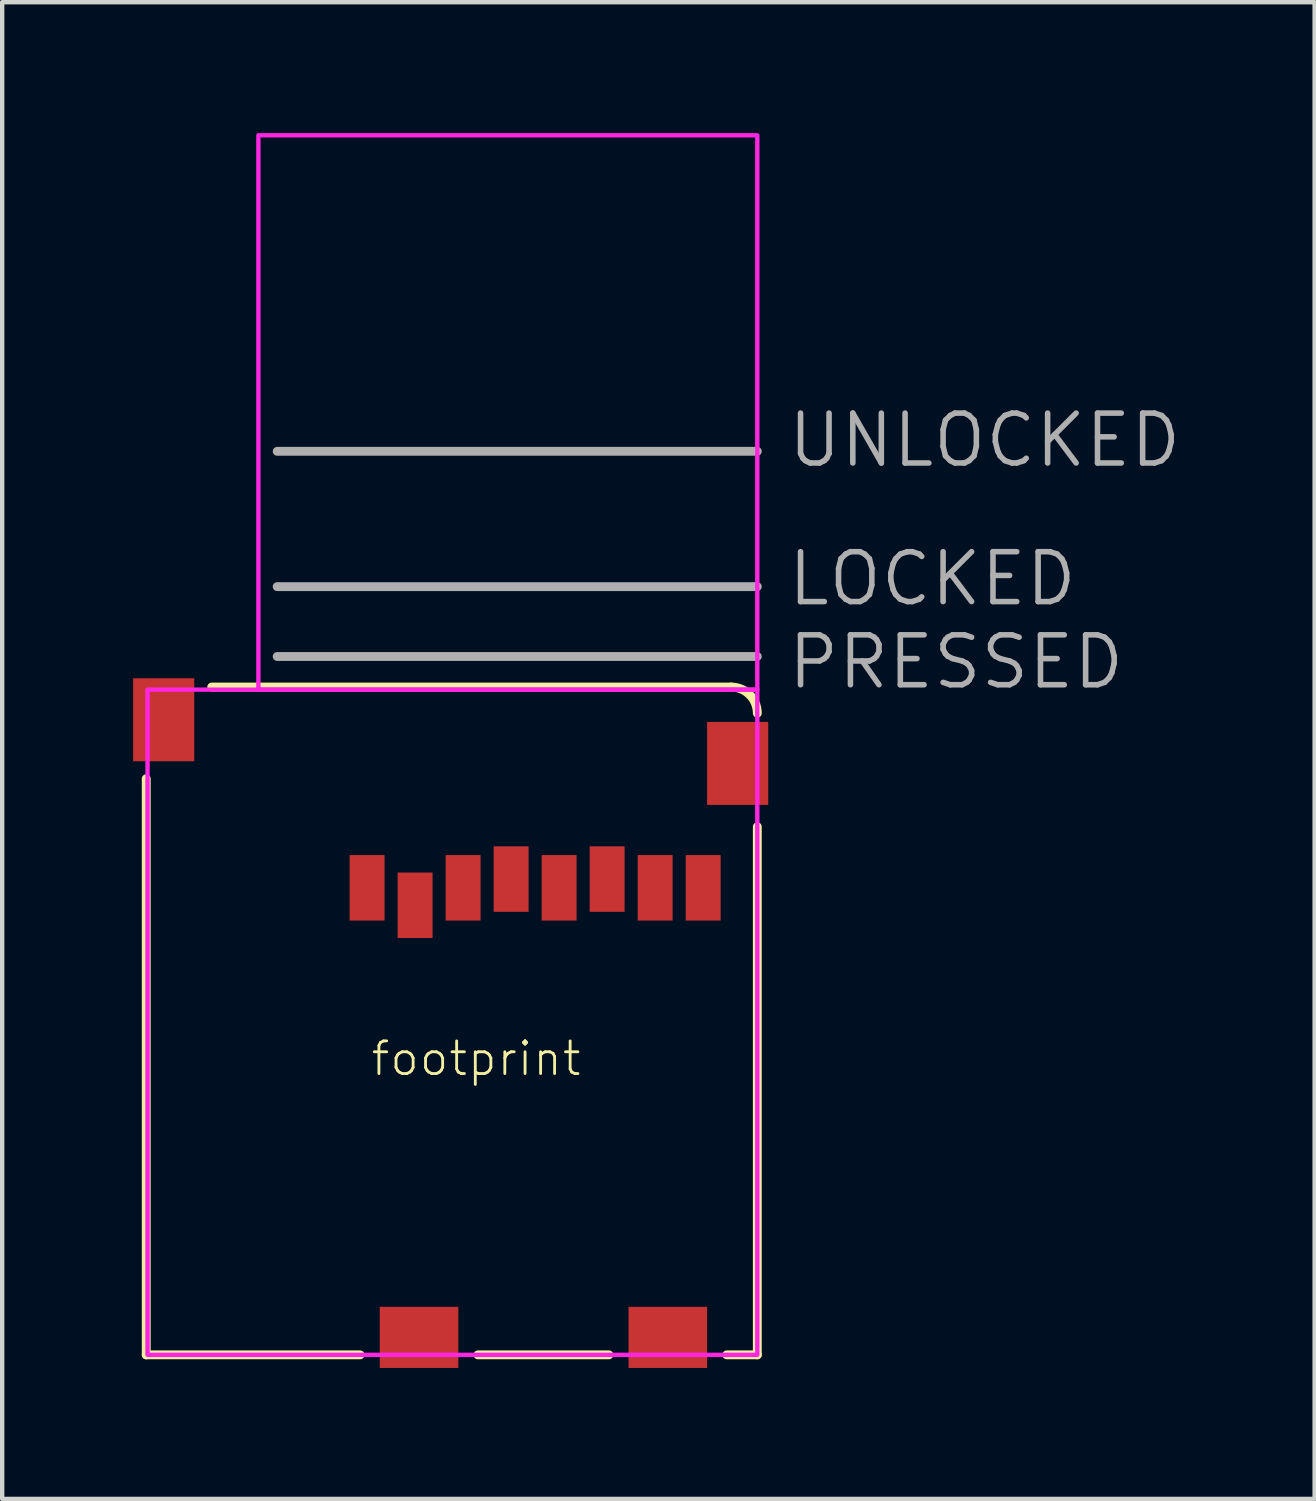
<source format=kicad_pcb>
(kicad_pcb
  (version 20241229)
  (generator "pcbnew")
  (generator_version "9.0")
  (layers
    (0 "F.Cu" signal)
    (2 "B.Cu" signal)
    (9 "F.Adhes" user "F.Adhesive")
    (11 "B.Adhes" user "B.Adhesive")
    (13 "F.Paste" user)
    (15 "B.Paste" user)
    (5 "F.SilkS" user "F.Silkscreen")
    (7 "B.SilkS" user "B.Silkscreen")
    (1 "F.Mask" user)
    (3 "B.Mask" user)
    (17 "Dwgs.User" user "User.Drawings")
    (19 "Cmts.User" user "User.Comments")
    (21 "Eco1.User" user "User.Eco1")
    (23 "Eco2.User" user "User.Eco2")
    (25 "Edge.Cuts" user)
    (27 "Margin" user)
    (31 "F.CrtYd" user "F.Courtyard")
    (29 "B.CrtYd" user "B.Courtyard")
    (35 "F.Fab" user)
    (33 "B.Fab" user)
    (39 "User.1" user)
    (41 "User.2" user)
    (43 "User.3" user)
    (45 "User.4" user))
  (footprint "footprint"
    (layer "F.Cu")
    (at 0.33 27.99)
    (property "Reference" "footprint" (at 5.08 -6.35 0) (layer "F.SilkS") (effects (font (size 0.748 0.748) (thickness 0.065)) (justify left bottom)))
    (fp_line (start -0.03 0) (end -0.03 -13.2) (stroke (width 0.203) (type solid)) (layer "F.SilkS"))
    (fp_line (start -0.03 0) (end 4.87 0) (stroke (width 0.203) (type solid)) (layer "F.SilkS"))
    (fp_line (start 10.57 0) (end 7.57 0) (stroke (width 0.203) (type solid)) (layer "F.SilkS"))
    (fp_line (start 13.37 -15.3) (end 1.47 -15.3) (stroke (width 0.203) (type solid)) (layer "F.SilkS"))
    (fp_line (start 13.97 -12.1) (end 13.97 0) (stroke (width 0.203) (type solid)) (layer "F.SilkS"))
    (fp_line (start 13.97 0) (end 13.27 0) (stroke (width 0.203) (type solid)) (layer "F.SilkS"))
    (fp_arc (start 13.37 -15.3) (mid 13.794264 -15.124264) (end 13.97 -14.7) (stroke (width 0.2032) (type solid)) (layer "F.SilkS"))
    (fp_poly (pts (xy 0 0) (xy 13.97 0) (xy 13.97 -15.24) (xy 0 -15.24)) (stroke (width 0.1) (type solid)) (fill no) (layer "F.CrtYd"))
    (fp_poly (pts (xy 2.54 -15.24) (xy 13.97 -15.24) (xy 13.97 -27.94) (xy 2.54 -27.94)) (stroke (width 0.1) (type solid)) (fill no) (layer "F.CrtYd"))
    (fp_line (start 2.97 -16) (end 13.97 -16) (stroke (width 0.203) (type solid)) (layer "F.Fab"))
    (fp_line (start 13.97 -20.7) (end 2.97 -20.7) (stroke (width 0.203) (type solid)) (layer "F.Fab"))
    (fp_line (start 13.97 -17.6) (end 2.97 -17.6) (stroke (width 0.203) (type solid)) (layer "F.Fab"))
    (fp_text user "UNLOCKED" (at 14.605 -20.955 0) (layer "F.Fab") (effects (font (size 1.143 1.143) (thickness 0.127)) (justify left)))
    (fp_text user "PRESSED" (at 14.605 -15.875 0) (layer "F.Fab") (effects (font (size 1.143 1.143) (thickness 0.127)) (justify left)))
    (fp_text user "LOCKED" (at 14.605 -17.78 0) (layer "F.Fab") (effects (font (size 1.143 1.143) (thickness 0.127)) (justify left)))
    (pad "CD/DAT3" smd rect (at 6.13 -10.3) (size 0.8 1.5) (layers "F.Cu" "F.Mask" "F.Paste"))
    (pad "CD1" smd rect (at 11.92 -0.4) (size 1.8 1.4) (layers "F.Cu" "F.Mask" "F.Paste"))
    (pad "CD2" smd rect (at 6.22 -0.4) (size 1.8 1.4) (layers "F.Cu" "F.Mask" "F.Paste"))
    (pad "CLK" smd rect (at 9.43 -10.7) (size 0.8 1.5) (layers "F.Cu" "F.Mask" "F.Paste"))
    (pad "CMD" smd rect (at 7.23 -10.7) (size 0.8 1.5) (layers "F.Cu" "F.Mask" "F.Paste"))
    (pad "DAT0" smd rect (at 11.63 -10.7) (size 0.8 1.5) (layers "F.Cu" "F.Mask" "F.Paste"))
    (pad "DAT1" smd rect (at 12.73 -10.7) (size 0.8 1.5) (layers "F.Cu" "F.Mask" "F.Paste"))
    (pad "DAT2" smd rect (at 5.03 -10.7) (size 0.8 1.5) (layers "F.Cu" "F.Mask" "F.Paste"))
    (pad "GND" smd rect (at 10.53 -10.9) (size 0.8 1.5) (layers "F.Cu" "F.Mask" "F.Paste"))
    (pad "GND1" smd rect (at 0.37 -14.55) (size 1.4 1.9) (layers "F.Cu" "F.Mask" "F.Paste"))
    (pad "GND3" smd rect (at 13.52 -13.55) (size 1.4 1.9) (layers "F.Cu" "F.Mask" "F.Paste"))
    (pad "VCC" smd rect (at 8.33 -10.9) (size 0.8 1.5) (layers "F.Cu" "F.Mask" "F.Paste")))
  (gr_rect
    (start -3 -3)
    (end 27.068 31.29)
    (stroke (width 0.1) (type default))
    (fill no)
    (layer "Edge.Cuts")))
</source>
